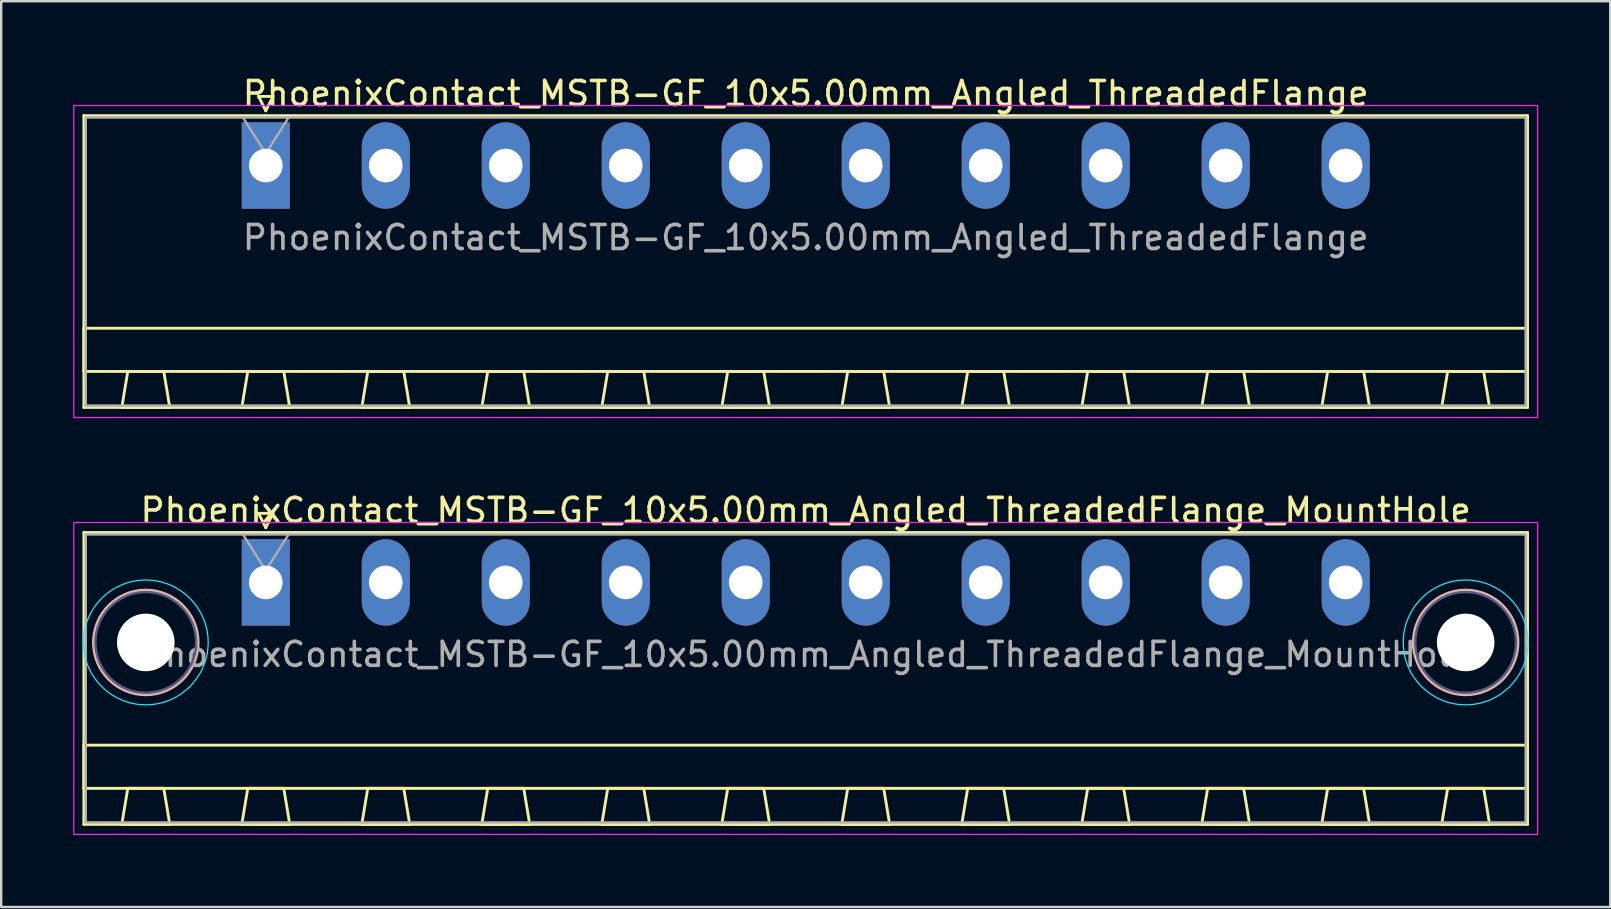
<source format=kicad_pcb>
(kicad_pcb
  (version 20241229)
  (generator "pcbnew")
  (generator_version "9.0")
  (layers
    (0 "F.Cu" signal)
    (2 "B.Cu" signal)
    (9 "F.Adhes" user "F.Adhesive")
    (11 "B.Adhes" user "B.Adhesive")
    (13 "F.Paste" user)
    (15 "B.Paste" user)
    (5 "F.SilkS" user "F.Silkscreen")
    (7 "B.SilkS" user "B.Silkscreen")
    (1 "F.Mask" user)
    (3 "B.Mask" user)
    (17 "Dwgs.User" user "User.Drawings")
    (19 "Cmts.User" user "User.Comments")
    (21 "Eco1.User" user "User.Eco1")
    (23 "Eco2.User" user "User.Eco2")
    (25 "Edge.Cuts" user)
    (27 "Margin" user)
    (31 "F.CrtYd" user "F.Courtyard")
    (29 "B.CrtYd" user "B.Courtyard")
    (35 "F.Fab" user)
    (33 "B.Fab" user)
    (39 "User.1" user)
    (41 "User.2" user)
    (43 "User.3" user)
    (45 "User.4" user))
  (footprint "PhoenixContact_MSTB-GF_10x5.00mm_Angled_ThreadedFlange"
    (layer "F.Cu")
    (at 8.025 3.848)
    (property "Reference" "PhoenixContact_MSTB-GF_10x5.00mm_Angled_ThreadedFlange" (at 22.5 -3 0) (layer "F.SilkS") (effects (font (size 1 1) (thickness 0.15))))
    (attr through_hole)
    (fp_line (start -7.58 -2.08) (end -7.58 10.08) (stroke (width 0.12) (type solid)) (layer "F.SilkS"))
    (fp_line (start -7.58 6.78) (end 52.58 6.78) (stroke (width 0.12) (type solid)) (layer "F.SilkS"))
    (fp_line (start -7.58 8.58) (end -7.58 6.78) (stroke (width 0.12) (type solid)) (layer "F.SilkS"))
    (fp_line (start -7.58 10.08) (end 52.58 10.08) (stroke (width 0.12) (type solid)) (layer "F.SilkS"))
    (fp_line (start -6 10.08) (end -4 10.08) (stroke (width 0.12) (type solid)) (layer "F.SilkS"))
    (fp_line (start -5.75 8.58) (end -6 10.08) (stroke (width 0.12) (type solid)) (layer "F.SilkS"))
    (fp_line (start -4.25 8.58) (end -5.75 8.58) (stroke (width 0.12) (type solid)) (layer "F.SilkS"))
    (fp_line (start -4 10.08) (end -4.25 8.58) (stroke (width 0.12) (type solid)) (layer "F.SilkS"))
    (fp_line (start -1 10.08) (end 1 10.08) (stroke (width 0.12) (type solid)) (layer "F.SilkS"))
    (fp_line (start -0.75 8.58) (end -1 10.08) (stroke (width 0.12) (type solid)) (layer "F.SilkS"))
    (fp_line (start -0.3 -2.88) (end 0.3 -2.88) (stroke (width 0.12) (type solid)) (layer "F.SilkS"))
    (fp_line (start 0 -2.28) (end -0.3 -2.88) (stroke (width 0.12) (type solid)) (layer "F.SilkS"))
    (fp_line (start 0.3 -2.88) (end 0 -2.28) (stroke (width 0.12) (type solid)) (layer "F.SilkS"))
    (fp_line (start 0.75 8.58) (end -0.75 8.58) (stroke (width 0.12) (type solid)) (layer "F.SilkS"))
    (fp_line (start 1 10.08) (end 0.75 8.58) (stroke (width 0.12) (type solid)) (layer "F.SilkS"))
    (fp_line (start 4 10.08) (end 6 10.08) (stroke (width 0.12) (type solid)) (layer "F.SilkS"))
    (fp_line (start 4.25 8.58) (end 4 10.08) (stroke (width 0.12) (type solid)) (layer "F.SilkS"))
    (fp_line (start 5.75 8.58) (end 4.25 8.58) (stroke (width 0.12) (type solid)) (layer "F.SilkS"))
    (fp_line (start 6 10.08) (end 5.75 8.58) (stroke (width 0.12) (type solid)) (layer "F.SilkS"))
    (fp_line (start 9 10.08) (end 11 10.08) (stroke (width 0.12) (type solid)) (layer "F.SilkS"))
    (fp_line (start 9.25 8.58) (end 9 10.08) (stroke (width 0.12) (type solid)) (layer "F.SilkS"))
    (fp_line (start 10.75 8.58) (end 9.25 8.58) (stroke (width 0.12) (type solid)) (layer "F.SilkS"))
    (fp_line (start 11 10.08) (end 10.75 8.58) (stroke (width 0.12) (type solid)) (layer "F.SilkS"))
    (fp_line (start 14 10.08) (end 16 10.08) (stroke (width 0.12) (type solid)) (layer "F.SilkS"))
    (fp_line (start 14.25 8.58) (end 14 10.08) (stroke (width 0.12) (type solid)) (layer "F.SilkS"))
    (fp_line (start 15.75 8.58) (end 14.25 8.58) (stroke (width 0.12) (type solid)) (layer "F.SilkS"))
    (fp_line (start 16 10.08) (end 15.75 8.58) (stroke (width 0.12) (type solid)) (layer "F.SilkS"))
    (fp_line (start 19 10.08) (end 21 10.08) (stroke (width 0.12) (type solid)) (layer "F.SilkS"))
    (fp_line (start 19.25 8.58) (end 19 10.08) (stroke (width 0.12) (type solid)) (layer "F.SilkS"))
    (fp_line (start 20.75 8.58) (end 19.25 8.58) (stroke (width 0.12) (type solid)) (layer "F.SilkS"))
    (fp_line (start 21 10.08) (end 20.75 8.58) (stroke (width 0.12) (type solid)) (layer "F.SilkS"))
    (fp_line (start 24 10.08) (end 26 10.08) (stroke (width 0.12) (type solid)) (layer "F.SilkS"))
    (fp_line (start 24.25 8.58) (end 24 10.08) (stroke (width 0.12) (type solid)) (layer "F.SilkS"))
    (fp_line (start 25.75 8.58) (end 24.25 8.58) (stroke (width 0.12) (type solid)) (layer "F.SilkS"))
    (fp_line (start 26 10.08) (end 25.75 8.58) (stroke (width 0.12) (type solid)) (layer "F.SilkS"))
    (fp_line (start 29 10.08) (end 31 10.08) (stroke (width 0.12) (type solid)) (layer "F.SilkS"))
    (fp_line (start 29.25 8.58) (end 29 10.08) (stroke (width 0.12) (type solid)) (layer "F.SilkS"))
    (fp_line (start 30.75 8.58) (end 29.25 8.58) (stroke (width 0.12) (type solid)) (layer "F.SilkS"))
    (fp_line (start 31 10.08) (end 30.75 8.58) (stroke (width 0.12) (type solid)) (layer "F.SilkS"))
    (fp_line (start 34 10.08) (end 36 10.08) (stroke (width 0.12) (type solid)) (layer "F.SilkS"))
    (fp_line (start 34.25 8.58) (end 34 10.08) (stroke (width 0.12) (type solid)) (layer "F.SilkS"))
    (fp_line (start 35.75 8.58) (end 34.25 8.58) (stroke (width 0.12) (type solid)) (layer "F.SilkS"))
    (fp_line (start 36 10.08) (end 35.75 8.58) (stroke (width 0.12) (type solid)) (layer "F.SilkS"))
    (fp_line (start 39 10.08) (end 41 10.08) (stroke (width 0.12) (type solid)) (layer "F.SilkS"))
    (fp_line (start 39.25 8.58) (end 39 10.08) (stroke (width 0.12) (type solid)) (layer "F.SilkS"))
    (fp_line (start 40.75 8.58) (end 39.25 8.58) (stroke (width 0.12) (type solid)) (layer "F.SilkS"))
    (fp_line (start 41 10.08) (end 40.75 8.58) (stroke (width 0.12) (type solid)) (layer "F.SilkS"))
    (fp_line (start 44 10.08) (end 46 10.08) (stroke (width 0.12) (type solid)) (layer "F.SilkS"))
    (fp_line (start 44.25 8.58) (end 44 10.08) (stroke (width 0.12) (type solid)) (layer "F.SilkS"))
    (fp_line (start 45.75 8.58) (end 44.25 8.58) (stroke (width 0.12) (type solid)) (layer "F.SilkS"))
    (fp_line (start 46 10.08) (end 45.75 8.58) (stroke (width 0.12) (type solid)) (layer "F.SilkS"))
    (fp_line (start 49 10.08) (end 51 10.08) (stroke (width 0.12) (type solid)) (layer "F.SilkS"))
    (fp_line (start 49.25 8.58) (end 49 10.08) (stroke (width 0.12) (type solid)) (layer "F.SilkS"))
    (fp_line (start 50.75 8.58) (end 49.25 8.58) (stroke (width 0.12) (type solid)) (layer "F.SilkS"))
    (fp_line (start 51 10.08) (end 50.75 8.58) (stroke (width 0.12) (type solid)) (layer "F.SilkS"))
    (fp_line (start 52.58 -2.08) (end -7.58 -2.08) (stroke (width 0.12) (type solid)) (layer "F.SilkS"))
    (fp_line (start 52.58 6.78) (end 52.58 8.58) (stroke (width 0.12) (type solid)) (layer "F.SilkS"))
    (fp_line (start 52.58 8.58) (end -7.58 8.58) (stroke (width 0.12) (type solid)) (layer "F.SilkS"))
    (fp_line (start 52.58 10.08) (end 52.58 -2.08) (stroke (width 0.12) (type solid)) (layer "F.SilkS"))
    (fp_line (start -8 -2.5) (end -8 10.5) (stroke (width 0.05) (type solid)) (layer "F.CrtYd"))
    (fp_line (start -8 10.5) (end 53 10.5) (stroke (width 0.05) (type solid)) (layer "F.CrtYd"))
    (fp_line (start 53 -2.5) (end -8 -2.5) (stroke (width 0.05) (type solid)) (layer "F.CrtYd"))
    (fp_line (start 53 10.5) (end 53 -2.5) (stroke (width 0.05) (type solid)) (layer "F.CrtYd"))
    (fp_line (start -7.5 -2) (end -7.5 10) (stroke (width 0.1) (type solid)) (layer "F.Fab"))
    (fp_line (start -7.5 10) (end 52.5 10) (stroke (width 0.1) (type solid)) (layer "F.Fab"))
    (fp_line (start 0 -0.5) (end -0.95 -2) (stroke (width 0.1) (type solid)) (layer "F.Fab"))
    (fp_line (start 0.95 -2) (end 0 -0.5) (stroke (width 0.1) (type solid)) (layer "F.Fab"))
    (fp_line (start 52.5 -2) (end -7.5 -2) (stroke (width 0.1) (type solid)) (layer "F.Fab"))
    (fp_line (start 52.5 10) (end 52.5 -2) (stroke (width 0.1) (type solid)) (layer "F.Fab"))
    (fp_text user "${REFERENCE}" (at 22.5 3 0) (layer "F.Fab") (effects (font (size 1 1) (thickness 0.15))))
    (pad "1" thru_hole rect (at 0 0) (size 2 3.6) (drill 1.4) (layers "*.Cu" "*.Mask"))
    (pad "2" thru_hole oval (at 5 0) (size 2 3.6) (drill 1.4) (layers "*.Cu" "*.Mask"))
    (pad "3" thru_hole oval (at 10 0) (size 2 3.6) (drill 1.4) (layers "*.Cu" "*.Mask"))
    (pad "4" thru_hole oval (at 15 0) (size 2 3.6) (drill 1.4) (layers "*.Cu" "*.Mask"))
    (pad "5" thru_hole oval (at 20 0) (size 2 3.6) (drill 1.4) (layers "*.Cu" "*.Mask"))
    (pad "6" thru_hole oval (at 25 0) (size 2 3.6) (drill 1.4) (layers "*.Cu" "*.Mask"))
    (pad "7" thru_hole oval (at 30 0) (size 2 3.6) (drill 1.4) (layers "*.Cu" "*.Mask"))
    (pad "8" thru_hole oval (at 35 0) (size 2 3.6) (drill 1.4) (layers "*.Cu" "*.Mask"))
    (pad "9" thru_hole oval (at 40 0) (size 2 3.6) (drill 1.4) (layers "*.Cu" "*.Mask"))
    (pad "10" thru_hole oval (at 45 0) (size 2 3.6) (drill 1.4) (layers "*.Cu" "*.Mask")))
  (footprint "PhoenixContact_MSTB-GF_10x5.00mm_Angled_ThreadedFlange_MountHole"
    (layer "F.Cu")
    (at 8.025 21.221)
    (property "Reference" "PhoenixContact_MSTB-GF_10x5.00mm_Angled_ThreadedFlange_MountHole" (at 22.5 -3 0) (layer "F.SilkS") (effects (font (size 1 1) (thickness 0.15))))
    (attr through_hole)
    (fp_line (start -7.58 -2.08) (end -7.58 10.08) (stroke (width 0.12) (type solid)) (layer "F.SilkS"))
    (fp_line (start -7.58 6.78) (end 52.58 6.78) (stroke (width 0.12) (type solid)) (layer "F.SilkS"))
    (fp_line (start -7.58 8.58) (end -7.58 6.78) (stroke (width 0.12) (type solid)) (layer "F.SilkS"))
    (fp_line (start -7.58 10.08) (end 52.58 10.08) (stroke (width 0.12) (type solid)) (layer "F.SilkS"))
    (fp_line (start -6 10.08) (end -4 10.08) (stroke (width 0.12) (type solid)) (layer "F.SilkS"))
    (fp_line (start -5.75 8.58) (end -6 10.08) (stroke (width 0.12) (type solid)) (layer "F.SilkS"))
    (fp_line (start -4.25 8.58) (end -5.75 8.58) (stroke (width 0.12) (type solid)) (layer "F.SilkS"))
    (fp_line (start -4 10.08) (end -4.25 8.58) (stroke (width 0.12) (type solid)) (layer "F.SilkS"))
    (fp_line (start -1 10.08) (end 1 10.08) (stroke (width 0.12) (type solid)) (layer "F.SilkS"))
    (fp_line (start -0.75 8.58) (end -1 10.08) (stroke (width 0.12) (type solid)) (layer "F.SilkS"))
    (fp_line (start -0.3 -2.88) (end 0.3 -2.88) (stroke (width 0.12) (type solid)) (layer "F.SilkS"))
    (fp_line (start 0 -2.28) (end -0.3 -2.88) (stroke (width 0.12) (type solid)) (layer "F.SilkS"))
    (fp_line (start 0.3 -2.88) (end 0 -2.28) (stroke (width 0.12) (type solid)) (layer "F.SilkS"))
    (fp_line (start 0.75 8.58) (end -0.75 8.58) (stroke (width 0.12) (type solid)) (layer "F.SilkS"))
    (fp_line (start 1 10.08) (end 0.75 8.58) (stroke (width 0.12) (type solid)) (layer "F.SilkS"))
    (fp_line (start 4 10.08) (end 6 10.08) (stroke (width 0.12) (type solid)) (layer "F.SilkS"))
    (fp_line (start 4.25 8.58) (end 4 10.08) (stroke (width 0.12) (type solid)) (layer "F.SilkS"))
    (fp_line (start 5.75 8.58) (end 4.25 8.58) (stroke (width 0.12) (type solid)) (layer "F.SilkS"))
    (fp_line (start 6 10.08) (end 5.75 8.58) (stroke (width 0.12) (type solid)) (layer "F.SilkS"))
    (fp_line (start 9 10.08) (end 11 10.08) (stroke (width 0.12) (type solid)) (layer "F.SilkS"))
    (fp_line (start 9.25 8.58) (end 9 10.08) (stroke (width 0.12) (type solid)) (layer "F.SilkS"))
    (fp_line (start 10.75 8.58) (end 9.25 8.58) (stroke (width 0.12) (type solid)) (layer "F.SilkS"))
    (fp_line (start 11 10.08) (end 10.75 8.58) (stroke (width 0.12) (type solid)) (layer "F.SilkS"))
    (fp_line (start 14 10.08) (end 16 10.08) (stroke (width 0.12) (type solid)) (layer "F.SilkS"))
    (fp_line (start 14.25 8.58) (end 14 10.08) (stroke (width 0.12) (type solid)) (layer "F.SilkS"))
    (fp_line (start 15.75 8.58) (end 14.25 8.58) (stroke (width 0.12) (type solid)) (layer "F.SilkS"))
    (fp_line (start 16 10.08) (end 15.75 8.58) (stroke (width 0.12) (type solid)) (layer "F.SilkS"))
    (fp_line (start 19 10.08) (end 21 10.08) (stroke (width 0.12) (type solid)) (layer "F.SilkS"))
    (fp_line (start 19.25 8.58) (end 19 10.08) (stroke (width 0.12) (type solid)) (layer "F.SilkS"))
    (fp_line (start 20.75 8.58) (end 19.25 8.58) (stroke (width 0.12) (type solid)) (layer "F.SilkS"))
    (fp_line (start 21 10.08) (end 20.75 8.58) (stroke (width 0.12) (type solid)) (layer "F.SilkS"))
    (fp_line (start 24 10.08) (end 26 10.08) (stroke (width 0.12) (type solid)) (layer "F.SilkS"))
    (fp_line (start 24.25 8.58) (end 24 10.08) (stroke (width 0.12) (type solid)) (layer "F.SilkS"))
    (fp_line (start 25.75 8.58) (end 24.25 8.58) (stroke (width 0.12) (type solid)) (layer "F.SilkS"))
    (fp_line (start 26 10.08) (end 25.75 8.58) (stroke (width 0.12) (type solid)) (layer "F.SilkS"))
    (fp_line (start 29 10.08) (end 31 10.08) (stroke (width 0.12) (type solid)) (layer "F.SilkS"))
    (fp_line (start 29.25 8.58) (end 29 10.08) (stroke (width 0.12) (type solid)) (layer "F.SilkS"))
    (fp_line (start 30.75 8.58) (end 29.25 8.58) (stroke (width 0.12) (type solid)) (layer "F.SilkS"))
    (fp_line (start 31 10.08) (end 30.75 8.58) (stroke (width 0.12) (type solid)) (layer "F.SilkS"))
    (fp_line (start 34 10.08) (end 36 10.08) (stroke (width 0.12) (type solid)) (layer "F.SilkS"))
    (fp_line (start 34.25 8.58) (end 34 10.08) (stroke (width 0.12) (type solid)) (layer "F.SilkS"))
    (fp_line (start 35.75 8.58) (end 34.25 8.58) (stroke (width 0.12) (type solid)) (layer "F.SilkS"))
    (fp_line (start 36 10.08) (end 35.75 8.58) (stroke (width 0.12) (type solid)) (layer "F.SilkS"))
    (fp_line (start 39 10.08) (end 41 10.08) (stroke (width 0.12) (type solid)) (layer "F.SilkS"))
    (fp_line (start 39.25 8.58) (end 39 10.08) (stroke (width 0.12) (type solid)) (layer "F.SilkS"))
    (fp_line (start 40.75 8.58) (end 39.25 8.58) (stroke (width 0.12) (type solid)) (layer "F.SilkS"))
    (fp_line (start 41 10.08) (end 40.75 8.58) (stroke (width 0.12) (type solid)) (layer "F.SilkS"))
    (fp_line (start 44 10.08) (end 46 10.08) (stroke (width 0.12) (type solid)) (layer "F.SilkS"))
    (fp_line (start 44.25 8.58) (end 44 10.08) (stroke (width 0.12) (type solid)) (layer "F.SilkS"))
    (fp_line (start 45.75 8.58) (end 44.25 8.58) (stroke (width 0.12) (type solid)) (layer "F.SilkS"))
    (fp_line (start 46 10.08) (end 45.75 8.58) (stroke (width 0.12) (type solid)) (layer "F.SilkS"))
    (fp_line (start 49 10.08) (end 51 10.08) (stroke (width 0.12) (type solid)) (layer "F.SilkS"))
    (fp_line (start 49.25 8.58) (end 49 10.08) (stroke (width 0.12) (type solid)) (layer "F.SilkS"))
    (fp_line (start 50.75 8.58) (end 49.25 8.58) (stroke (width 0.12) (type solid)) (layer "F.SilkS"))
    (fp_line (start 51 10.08) (end 50.75 8.58) (stroke (width 0.12) (type solid)) (layer "F.SilkS"))
    (fp_line (start 52.58 -2.08) (end -7.58 -2.08) (stroke (width 0.12) (type solid)) (layer "F.SilkS"))
    (fp_line (start 52.58 6.78) (end 52.58 8.58) (stroke (width 0.12) (type solid)) (layer "F.SilkS"))
    (fp_line (start 52.58 8.58) (end -7.58 8.58) (stroke (width 0.12) (type solid)) (layer "F.SilkS"))
    (fp_line (start 52.58 10.08) (end 52.58 -2.08) (stroke (width 0.12) (type solid)) (layer "F.SilkS"))
    (fp_circle (center -5 2.5) (end -2.82 2.5) (stroke (width 0.12) (type solid)) (fill no) (layer "B.SilkS"))
    (fp_circle (center 50 2.5) (end 52.18 2.5) (stroke (width 0.12) (type solid)) (fill no) (layer "B.SilkS"))
    (fp_circle (center -5 2.5) (end -2.4 2.5) (stroke (width 0.05) (type solid)) (fill no) (layer "B.CrtYd"))
    (fp_circle (center 50 2.5) (end 52.6 2.5) (stroke (width 0.05) (type solid)) (fill no) (layer "B.CrtYd"))
    (fp_line (start -8 -2.5) (end -8 10.5) (stroke (width 0.05) (type solid)) (layer "F.CrtYd"))
    (fp_line (start -8 10.5) (end 53 10.5) (stroke (width 0.05) (type solid)) (layer "F.CrtYd"))
    (fp_line (start 53 -2.5) (end -8 -2.5) (stroke (width 0.05) (type solid)) (layer "F.CrtYd"))
    (fp_line (start 53 10.5) (end 53 -2.5) (stroke (width 0.05) (type solid)) (layer "F.CrtYd"))
    (fp_circle (center -5 2.5) (end -2.9 2.5) (stroke (width 0.1) (type solid)) (fill no) (layer "B.Fab"))
    (fp_circle (center 50 2.5) (end 52.1 2.5) (stroke (width 0.1) (type solid)) (fill no) (layer "B.Fab"))
    (fp_line (start -7.5 -2) (end -7.5 10) (stroke (width 0.1) (type solid)) (layer "F.Fab"))
    (fp_line (start -7.5 10) (end 52.5 10) (stroke (width 0.1) (type solid)) (layer "F.Fab"))
    (fp_line (start 0 -0.5) (end -0.95 -2) (stroke (width 0.1) (type solid)) (layer "F.Fab"))
    (fp_line (start 0.95 -2) (end 0 -0.5) (stroke (width 0.1) (type solid)) (layer "F.Fab"))
    (fp_line (start 52.5 -2) (end -7.5 -2) (stroke (width 0.1) (type solid)) (layer "F.Fab"))
    (fp_line (start 52.5 10) (end 52.5 -2) (stroke (width 0.1) (type solid)) (layer "F.Fab"))
    (fp_text user "${REFERENCE}" (at 22.5 3 0) (layer "F.Fab") (effects (font (size 1 1) (thickness 0.15))))
    (pad "" np_thru_hole circle (at -5 2.5) (size 2.4 2.4) (drill 2.4) (layers "*.Cu" "*.Mask"))
    (pad "" np_thru_hole circle (at 50 2.5) (size 2.4 2.4) (drill 2.4) (layers "*.Cu" "*.Mask"))
    (pad "1" thru_hole rect (at 0 0) (size 2 3.6) (drill 1.4) (layers "*.Cu" "*.Mask"))
    (pad "2" thru_hole oval (at 5 0) (size 2 3.6) (drill 1.4) (layers "*.Cu" "*.Mask"))
    (pad "3" thru_hole oval (at 10 0) (size 2 3.6) (drill 1.4) (layers "*.Cu" "*.Mask"))
    (pad "4" thru_hole oval (at 15 0) (size 2 3.6) (drill 1.4) (layers "*.Cu" "*.Mask"))
    (pad "5" thru_hole oval (at 20 0) (size 2 3.6) (drill 1.4) (layers "*.Cu" "*.Mask"))
    (pad "6" thru_hole oval (at 25 0) (size 2 3.6) (drill 1.4) (layers "*.Cu" "*.Mask"))
    (pad "7" thru_hole oval (at 30 0) (size 2 3.6) (drill 1.4) (layers "*.Cu" "*.Mask"))
    (pad "8" thru_hole oval (at 35 0) (size 2 3.6) (drill 1.4) (layers "*.Cu" "*.Mask"))
    (pad "9" thru_hole oval (at 40 0) (size 2 3.6) (drill 1.4) (layers "*.Cu" "*.Mask"))
    (pad "10" thru_hole oval (at 45 0) (size 2 3.6) (drill 1.4) (layers "*.Cu" "*.Mask")))
  (gr_rect
    (start -3 -3)
    (end 64.05 34.746)
    (stroke (width 0.1) (type default))
    (fill no)
    (layer "Edge.Cuts")))
</source>
